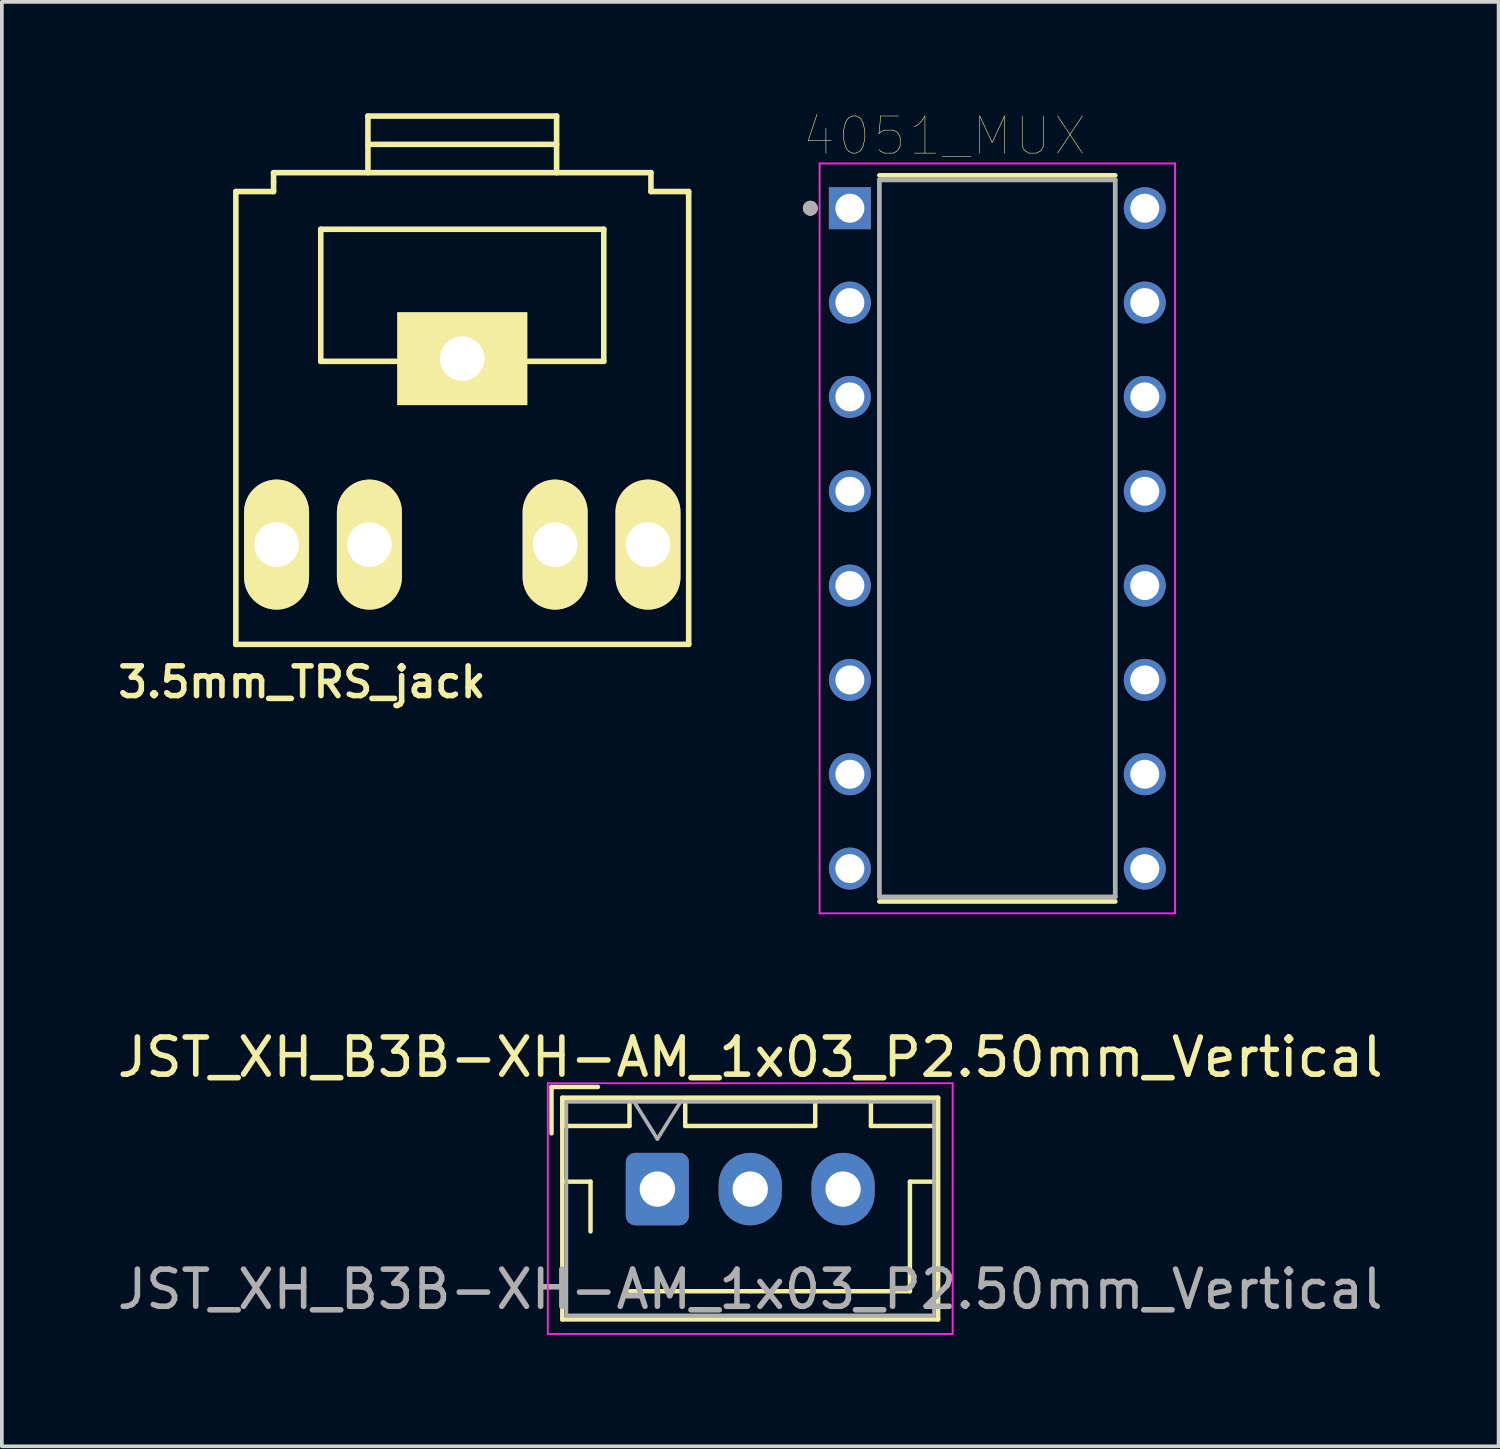
<source format=kicad_pcb>
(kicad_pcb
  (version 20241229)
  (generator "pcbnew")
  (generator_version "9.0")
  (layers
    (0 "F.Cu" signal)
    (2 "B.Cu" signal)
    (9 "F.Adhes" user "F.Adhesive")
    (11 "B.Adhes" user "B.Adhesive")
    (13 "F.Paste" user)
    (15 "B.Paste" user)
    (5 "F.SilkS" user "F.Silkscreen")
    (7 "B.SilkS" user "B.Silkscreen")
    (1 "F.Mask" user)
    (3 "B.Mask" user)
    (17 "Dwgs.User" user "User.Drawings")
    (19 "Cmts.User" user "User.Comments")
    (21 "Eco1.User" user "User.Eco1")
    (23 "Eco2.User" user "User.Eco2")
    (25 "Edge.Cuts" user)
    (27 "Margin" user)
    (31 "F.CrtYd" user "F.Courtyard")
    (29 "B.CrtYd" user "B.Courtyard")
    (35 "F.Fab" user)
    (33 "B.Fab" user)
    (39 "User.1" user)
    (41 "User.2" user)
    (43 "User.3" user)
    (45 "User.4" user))
  (footprint "4051_MUX"
    (layer "F.Cu")
    (at 23.802 11.446)
    (property "Reference" "4051_MUX" (at -1.425 -10.835 0) (layer "F.SilkS") (effects (font (size 1 1) (thickness 0.015))))
    (attr through_hole)
    (fp_line (start -3.175 -9.775) (end 3.175 -9.775) (stroke (width 0.127) (type solid)) (layer "F.SilkS"))
    (fp_line (start -3.175 9.775) (end 3.175 9.775) (stroke (width 0.127) (type solid)) (layer "F.SilkS"))
    (fp_circle (center -5.035 -8.89) (end -4.935 -8.89) (stroke (width 0.2) (type solid)) (fill no) (layer "F.SilkS"))
    (fp_line (start -4.785 -10.095) (end -4.785 10.095) (stroke (width 0.05) (type solid)) (layer "F.CrtYd"))
    (fp_line (start 4.785 -10.095) (end -4.785 -10.095) (stroke (width 0.05) (type solid)) (layer "F.CrtYd"))
    (fp_line (start 4.785 -10.095) (end 4.785 10.095) (stroke (width 0.05) (type solid)) (layer "F.CrtYd"))
    (fp_line (start 4.785 10.095) (end -4.785 10.095) (stroke (width 0.05) (type solid)) (layer "F.CrtYd"))
    (fp_line (start -3.175 -9.652) (end -3.175 9.652) (stroke (width 0.127) (type solid)) (layer "F.Fab"))
    (fp_line (start -3.175 -9.652) (end 3.175 -9.652) (stroke (width 0.127) (type solid)) (layer "F.Fab"))
    (fp_line (start -3.175 9.652) (end 3.175 9.652) (stroke (width 0.127) (type solid)) (layer "F.Fab"))
    (fp_line (start 3.175 -9.652) (end 3.175 9.652) (stroke (width 0.127) (type solid)) (layer "F.Fab"))
    (fp_circle (center -5.035 -8.89) (end -4.935 -8.89) (stroke (width 0.2) (type solid)) (fill no) (layer "F.Fab"))
    (pad "1" thru_hole rect (at -3.97 -8.89) (size 1.13 1.13) (drill 0.78) (layers "*.Cu" "*.Mask"))
    (pad "2" thru_hole circle (at -3.97 -6.35) (size 1.13 1.13) (drill 0.78) (layers "*.Cu" "*.Mask"))
    (pad "3" thru_hole circle (at -3.97 -3.81) (size 1.13 1.13) (drill 0.78) (layers "*.Cu" "*.Mask"))
    (pad "4" thru_hole circle (at -3.97 -1.27) (size 1.13 1.13) (drill 0.78) (layers "*.Cu" "*.Mask"))
    (pad "5" thru_hole circle (at -3.97 1.27) (size 1.13 1.13) (drill 0.78) (layers "*.Cu" "*.Mask"))
    (pad "6" thru_hole circle (at -3.97 3.81) (size 1.13 1.13) (drill 0.78) (layers "*.Cu" "*.Mask"))
    (pad "7" thru_hole circle (at -3.97 6.35) (size 1.13 1.13) (drill 0.78) (layers "*.Cu" "*.Mask"))
    (pad "8" thru_hole circle (at -3.97 8.89) (size 1.13 1.13) (drill 0.78) (layers "*.Cu" "*.Mask"))
    (pad "9" thru_hole circle (at 3.97 8.89) (size 1.13 1.13) (drill 0.78) (layers "*.Cu" "*.Mask"))
    (pad "10" thru_hole circle (at 3.97 6.35) (size 1.13 1.13) (drill 0.78) (layers "*.Cu" "*.Mask"))
    (pad "11" thru_hole circle (at 3.97 3.81) (size 1.13 1.13) (drill 0.78) (layers "*.Cu" "*.Mask"))
    (pad "12" thru_hole circle (at 3.97 1.27) (size 1.13 1.13) (drill 0.78) (layers "*.Cu" "*.Mask"))
    (pad "13" thru_hole circle (at 3.97 -1.27) (size 1.13 1.13) (drill 0.78) (layers "*.Cu" "*.Mask"))
    (pad "14" thru_hole circle (at 3.97 -3.81) (size 1.13 1.13) (drill 0.78) (layers "*.Cu" "*.Mask"))
    (pad "15" thru_hole circle (at 3.97 -6.35) (size 1.13 1.13) (drill 0.78) (layers "*.Cu" "*.Mask"))
    (pad "16" thru_hole circle (at 3.97 -8.89) (size 1.13 1.13) (drill 0.78) (layers "*.Cu" "*.Mask")))
  (footprint "JST_XH_B3B-XH-AM_1x03_P2.50mm_Vertical"
    (layer "F.Cu")
    (at 14.649 28.965)
    (property "Reference" "JST_XH_B3B-XH-AM_1x03_P2.50mm_Vertical" (at 2.5 -3.55 0) (layer "F.SilkS") (effects (font (size 1 1) (thickness 0.15))))
    (attr through_hole)
    (fp_line (start -2.85 -2.75) (end -2.85 -1.5) (stroke (width 0.12) (type solid)) (layer "F.SilkS"))
    (fp_line (start -2.56 -2.46) (end -2.56 3.51) (stroke (width 0.12) (type solid)) (layer "F.SilkS"))
    (fp_line (start -2.56 3.51) (end 7.56 3.51) (stroke (width 0.12) (type solid)) (layer "F.SilkS"))
    (fp_line (start -2.55 -2.45) (end -2.55 -1.7) (stroke (width 0.12) (type solid)) (layer "F.SilkS"))
    (fp_line (start -2.55 -1.7) (end -0.75 -1.7) (stroke (width 0.12) (type solid)) (layer "F.SilkS"))
    (fp_line (start -2.55 -0.2) (end -1.8 -0.2) (stroke (width 0.12) (type solid)) (layer "F.SilkS"))
    (fp_line (start -1.8 -0.2) (end -1.8 1.14) (stroke (width 0.12) (type solid)) (layer "F.SilkS"))
    (fp_line (start -1.6 -2.75) (end -2.85 -2.75) (stroke (width 0.12) (type solid)) (layer "F.SilkS"))
    (fp_line (start -0.75 -2.45) (end -2.55 -2.45) (stroke (width 0.12) (type solid)) (layer "F.SilkS"))
    (fp_line (start -0.75 -1.7) (end -0.75 -2.45) (stroke (width 0.12) (type solid)) (layer "F.SilkS"))
    (fp_line (start 0.75 -2.45) (end 0.75 -1.7) (stroke (width 0.12) (type solid)) (layer "F.SilkS"))
    (fp_line (start 0.75 -1.7) (end 4.25 -1.7) (stroke (width 0.12) (type solid)) (layer "F.SilkS"))
    (fp_line (start 2.5 2.75) (end -0.74 2.75) (stroke (width 0.12) (type solid)) (layer "F.SilkS"))
    (fp_line (start 4.25 -2.45) (end 0.75 -2.45) (stroke (width 0.12) (type solid)) (layer "F.SilkS"))
    (fp_line (start 4.25 -1.7) (end 4.25 -2.45) (stroke (width 0.12) (type solid)) (layer "F.SilkS"))
    (fp_line (start 5.75 -2.45) (end 5.75 -1.7) (stroke (width 0.12) (type solid)) (layer "F.SilkS"))
    (fp_line (start 5.75 -1.7) (end 7.55 -1.7) (stroke (width 0.12) (type solid)) (layer "F.SilkS"))
    (fp_line (start 6.8 -0.2) (end 6.8 2.75) (stroke (width 0.12) (type solid)) (layer "F.SilkS"))
    (fp_line (start 6.8 2.75) (end 2.5 2.75) (stroke (width 0.12) (type solid)) (layer "F.SilkS"))
    (fp_line (start 7.55 -2.45) (end 5.75 -2.45) (stroke (width 0.12) (type solid)) (layer "F.SilkS"))
    (fp_line (start 7.55 -1.7) (end 7.55 -2.45) (stroke (width 0.12) (type solid)) (layer "F.SilkS"))
    (fp_line (start 7.55 -0.2) (end 6.8 -0.2) (stroke (width 0.12) (type solid)) (layer "F.SilkS"))
    (fp_line (start 7.56 -2.46) (end -2.56 -2.46) (stroke (width 0.12) (type solid)) (layer "F.SilkS"))
    (fp_line (start 7.56 3.51) (end 7.56 -2.46) (stroke (width 0.12) (type solid)) (layer "F.SilkS"))
    (fp_line (start -2.95 -2.85) (end -2.95 3.9) (stroke (width 0.05) (type solid)) (layer "F.CrtYd"))
    (fp_line (start -2.95 3.9) (end 7.95 3.9) (stroke (width 0.05) (type solid)) (layer "F.CrtYd"))
    (fp_line (start 7.95 -2.85) (end -2.95 -2.85) (stroke (width 0.05) (type solid)) (layer "F.CrtYd"))
    (fp_line (start 7.95 3.9) (end 7.95 -2.85) (stroke (width 0.05) (type solid)) (layer "F.CrtYd"))
    (fp_line (start -2.45 -2.35) (end -2.45 3.4) (stroke (width 0.1) (type solid)) (layer "F.Fab"))
    (fp_line (start -2.45 3.4) (end 7.45 3.4) (stroke (width 0.1) (type solid)) (layer "F.Fab"))
    (fp_line (start -0.625 -2.35) (end 0 -1.35) (stroke (width 0.1) (type solid)) (layer "F.Fab"))
    (fp_line (start 0 -1.35) (end 0.625 -2.35) (stroke (width 0.1) (type solid)) (layer "F.Fab"))
    (fp_line (start 7.45 -2.35) (end -2.45 -2.35) (stroke (width 0.1) (type solid)) (layer "F.Fab"))
    (fp_line (start 7.45 3.4) (end 7.45 -2.35) (stroke (width 0.1) (type solid)) (layer "F.Fab"))
    (fp_text user "${REFERENCE}" (at 2.5 2.7 0) (layer "F.Fab") (effects (font (size 1 1) (thickness 0.15))))
    (pad "1" thru_hole roundrect (at 0 0) (size 1.7 1.95) (drill 0.95) (layers "*.Cu" "*.Mask") (roundrect_rratio 0.147))
    (pad "2" thru_hole oval (at 2.5 0) (size 1.7 1.95) (drill 0.95) (layers "*.Cu" "*.Mask"))
    (pad "3" thru_hole oval (at 5 0) (size 1.7 1.95) (drill 0.95) (layers "*.Cu" "*.Mask")))
  (footprint "3.5mm_TRS_jack"
    (layer "F.Cu")
    (at 9.396 8.203)
    (property "Reference" "3.5mm_TRS_jack" (at -4.318 7.112 0) (layer "F.SilkS") (effects (font (size 0.8 0.8) (thickness 0.15))))
    (attr through_hole)
    (fp_line (start -6.096 6.096) (end -6.096 -6.096) (stroke (width 0.15) (type solid)) (layer "F.SilkS"))
    (fp_line (start -5.08 -6.604) (end 5.08 -6.604) (stroke (width 0.15) (type solid)) (layer "F.SilkS"))
    (fp_line (start -5.08 -6.35) (end -5.08 -6.604) (stroke (width 0.15) (type solid)) (layer "F.SilkS"))
    (fp_line (start -5.08 -6.096) (end -6.096 -6.096) (stroke (width 0.15) (type solid)) (layer "F.SilkS"))
    (fp_line (start -5.08 -6.096) (end -5.08 -6.35) (stroke (width 0.15) (type solid)) (layer "F.SilkS"))
    (fp_line (start -3.81 -5.08) (end 3.81 -5.08) (stroke (width 0.15) (type solid)) (layer "F.SilkS"))
    (fp_line (start -3.81 -1.524) (end -3.81 -5.08) (stroke (width 0.15) (type solid)) (layer "F.SilkS"))
    (fp_line (start -2.54 -8.128) (end -2.54 -6.604) (stroke (width 0.15) (type solid)) (layer "F.SilkS"))
    (fp_line (start -2.54 -8.128) (end 2.54 -8.128) (stroke (width 0.15) (type solid)) (layer "F.SilkS"))
    (fp_line (start -2.54 -7.366) (end 2.54 -7.366) (stroke (width 0.15) (type solid)) (layer "F.SilkS"))
    (fp_line (start -1.778 -1.524) (end -3.81 -1.524) (stroke (width 0.15) (type solid)) (layer "F.SilkS"))
    (fp_line (start 2.54 -6.604) (end 2.54 -8.128) (stroke (width 0.15) (type solid)) (layer "F.SilkS"))
    (fp_line (start 3.81 -5.08) (end 3.81 -1.524) (stroke (width 0.15) (type solid)) (layer "F.SilkS"))
    (fp_line (start 3.81 -1.524) (end 1.778 -1.524) (stroke (width 0.15) (type solid)) (layer "F.SilkS"))
    (fp_line (start 5.08 -6.604) (end 5.08 -6.096) (stroke (width 0.15) (type solid)) (layer "F.SilkS"))
    (fp_line (start 6.096 -6.096) (end 5.08 -6.096) (stroke (width 0.15) (type solid)) (layer "F.SilkS"))
    (fp_line (start 6.096 -6.096) (end 6.096 6.096) (stroke (width 0.15) (type solid)) (layer "F.SilkS"))
    (fp_line (start 6.096 6.096) (end -6.096 6.096) (stroke (width 0.15) (type solid)) (layer "F.SilkS"))
    (pad "" thru_hole oval (at -2.5 3.41) (size 1.75 3.5) (drill 1.2) (layers "*.Cu" "*.Mask" "F.SilkS"))
    (pad "" thru_hole oval (at 2.5 3.41) (size 1.75 3.5) (drill 1.2) (layers "*.Cu" "*.Mask" "F.SilkS"))
    (pad "R" thru_hole oval (at 5 3.41) (size 1.75 3.5) (drill 1.2) (layers "*.Cu" "*.Mask" "F.SilkS"))
    (pad "S" thru_hole rect (at 0 -1.596) (size 3.5 2.5) (drill 1.2) (layers "*.Cu" "*.Mask" "F.SilkS"))
    (pad "T" thru_hole oval (at -5 3.41) (size 1.75 3.5) (drill 1.2) (layers "*.Cu" "*.Mask" "F.SilkS")))
  (gr_rect
    (start -3 -3)
    (end 37.298 35.89)
    (stroke (width 0.1) (type default))
    (fill no)
    (layer "Edge.Cuts")))
</source>
